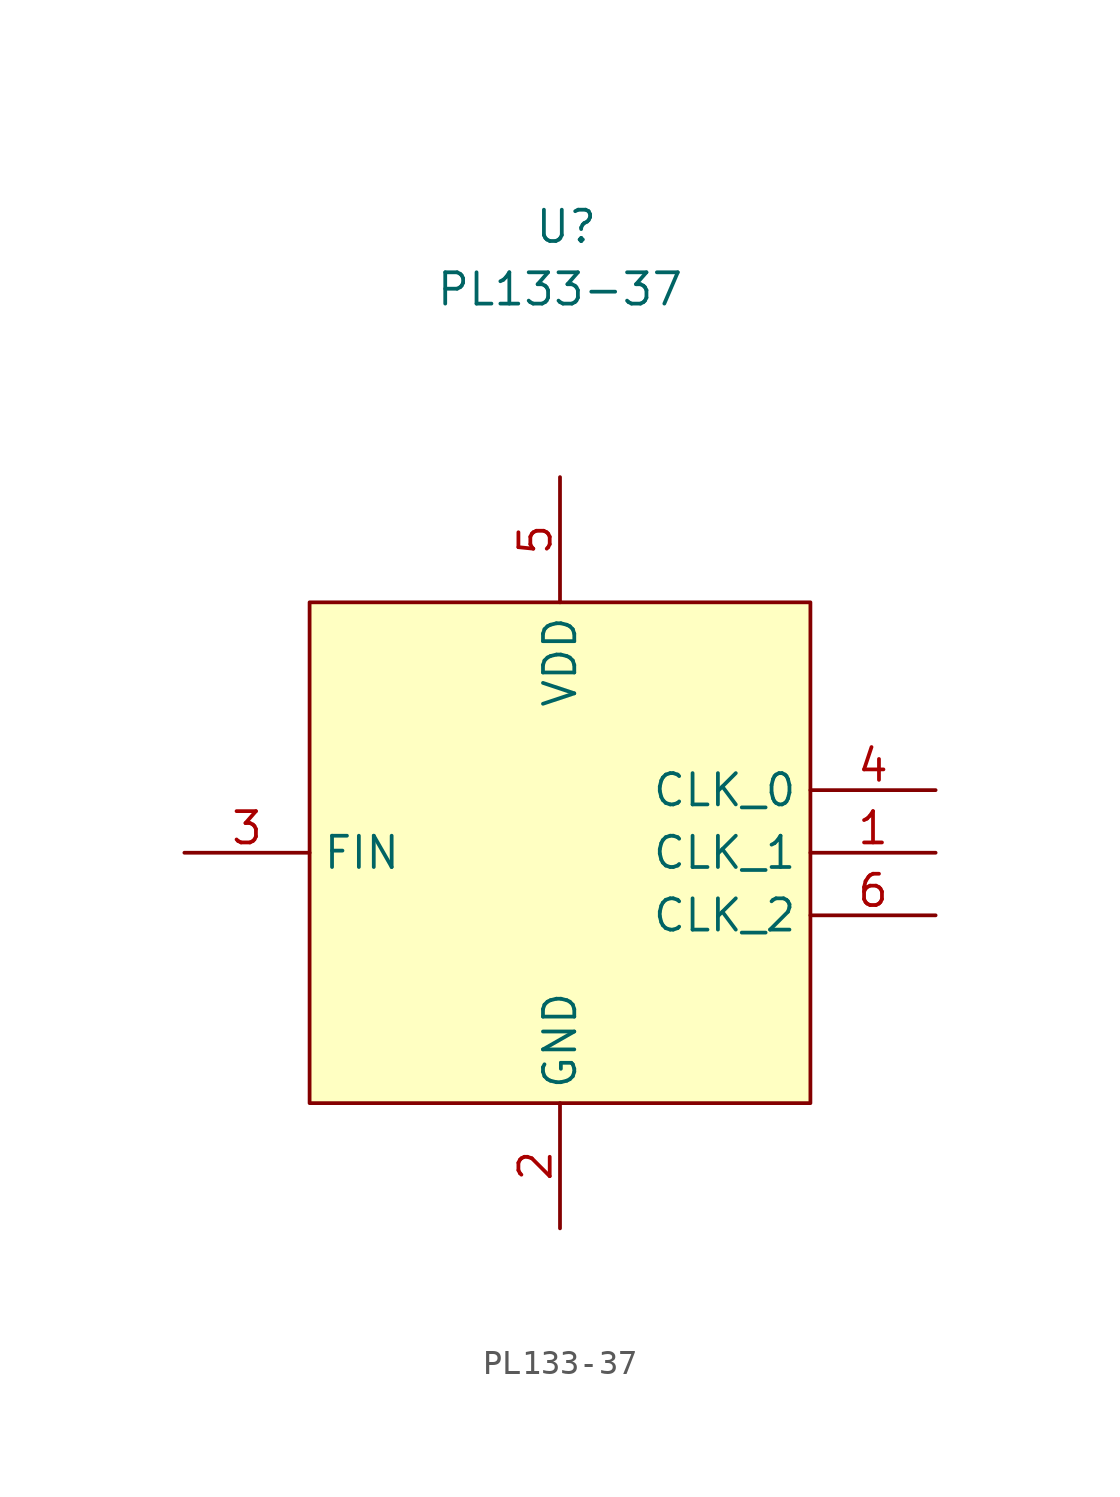
<source format=kicad_sym>
(kicad_symbol_lib
  (version 20211014)
  (generator kicad_symbol_editor)
  (symbol "PL133-37"
    (property "Reference" "U"
      (at 0.254 25.4 0)
      (effects (font (size 1.27 1.27))))
    (property "Value" "PL133-37"
      (at 0 22.86 0)
      (effects (font (size 1.27 1.27))))
    (symbol "PL133-37_0_1"
      (rectangle (start -10.16 10.16) (end 10.16 -10.16) (stroke (width 0) (type default) (color 0 0 0 0)) (fill (type background))))
    (symbol "PL133-37_1_1"
      (pin input line (at 15.24 0 180) (length 5.08) (name "CLK_1" (effects (font (size 1.27 1.27)))) (number "1" (effects (font (size 1.27 1.27)))))
      (pin input line (at 0 -15.24 90) (length 5.08) (name "GND" (effects (font (size 1.27 1.27)))) (number "2" (effects (font (size 1.27 1.27)))))
      (pin input line (at -15.24 0 0) (length 5.08) (name "FIN" (effects (font (size 1.27 1.27)))) (number "3" (effects (font (size 1.27 1.27)))))
      (pin input line (at 15.24 2.54 180) (length 5.08) (name "CLK_0" (effects (font (size 1.27 1.27)))) (number "4" (effects (font (size 1.27 1.27)))))
      (pin input line (at 0 15.24 270) (length 5.08) (name "VDD" (effects (font (size 1.27 1.27)))) (number "5" (effects (font (size 1.27 1.27)))))
      (pin input line (at 15.24 -2.54 180) (length 5.08) (name "CLK_2" (effects (font (size 1.27 1.27)))) (number "6" (effects (font (size 1.27 1.27))))))))
</source>
